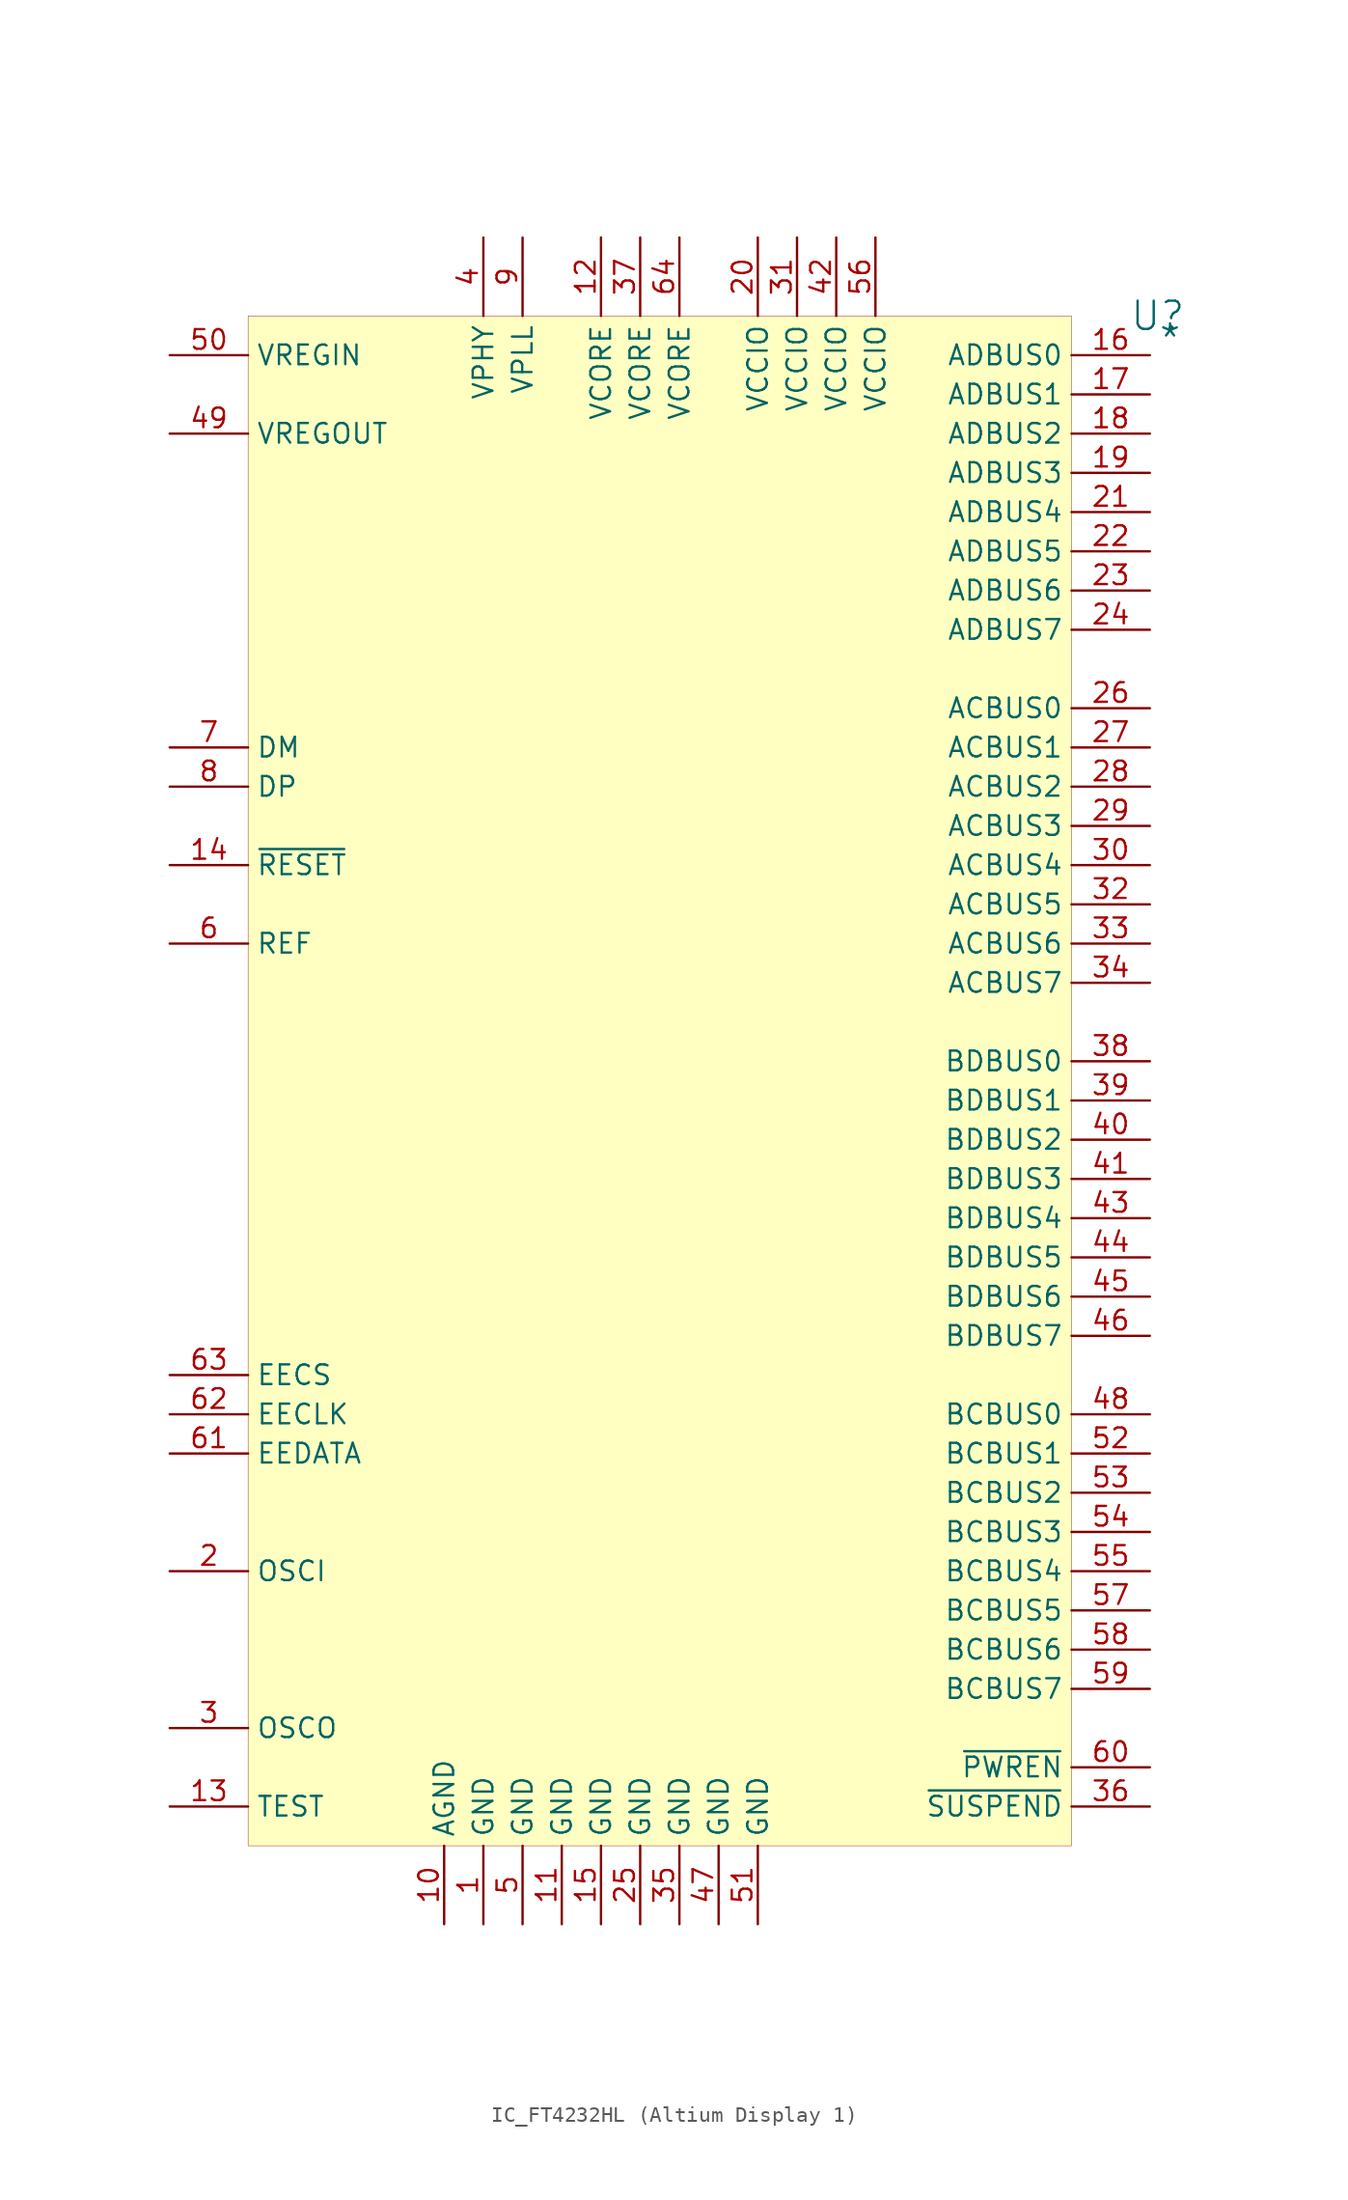
<source format=kicad_sym>
(kicad_symbol_lib
  (version 20241209)
  (generator "kicad_symbol_editor")
  (generator_version "9.0")
  (symbol "IC_FT4232HL (Altium Display 1)"
    (property "Reference" "U"
      (at 58.928 0 0)
      (effects (font (size 1.829 1.829))))
    (property "Value" "*"
      (at 58.928 -2.54 0)
      (effects (font (size 1.829 1.829)) (justify left bottom)))
    (symbol "IC_FT4232HL (Altium Display 1)_1_0"
      (rectangle (start 53.34 0) (end 0 -99.06) (stroke (width 0.025) (type solid) (color 128 0 0 1)) (fill (type background)))
      (pin passive line (at -5.08 -2.54 0) (length 5.08) (name "VREGIN" (effects (font (size 1.27 1.27)))) (number "50" (effects (font (size 1.27 1.27)))))
      (pin passive line (at -5.08 -7.62 0) (length 5.08) (name "VREGOUT" (effects (font (size 1.27 1.27)))) (number "49" (effects (font (size 1.27 1.27)))))
      (pin passive line (at -5.08 -27.94 0) (length 5.08) (name "DM" (effects (font (size 1.27 1.27)))) (number "7" (effects (font (size 1.27 1.27)))))
      (pin passive line (at -5.08 -30.48 0) (length 5.08) (name "DP" (effects (font (size 1.27 1.27)))) (number "8" (effects (font (size 1.27 1.27)))))
      (pin passive line (at -5.08 -35.56 0) (length 5.08) (name "~{RESET}" (effects (font (size 1.27 1.27)))) (number "14" (effects (font (size 1.27 1.27)))))
      (pin passive line (at -5.08 -40.64 0) (length 5.08) (name "REF" (effects (font (size 1.27 1.27)))) (number "6" (effects (font (size 1.27 1.27)))))
      (pin passive line (at -5.08 -68.58 0) (length 5.08) (name "EECS" (effects (font (size 1.27 1.27)))) (number "63" (effects (font (size 1.27 1.27)))))
      (pin passive line (at -5.08 -71.12 0) (length 5.08) (name "EECLK" (effects (font (size 1.27 1.27)))) (number "62" (effects (font (size 1.27 1.27)))))
      (pin passive line (at -5.08 -73.66 0) (length 5.08) (name "EEDATA" (effects (font (size 1.27 1.27)))) (number "61" (effects (font (size 1.27 1.27)))))
      (pin passive line (at -5.08 -81.28 0) (length 5.08) (name "OSCI" (effects (font (size 1.27 1.27)))) (number "2" (effects (font (size 1.27 1.27)))))
      (pin passive line (at -5.08 -91.44 0) (length 5.08) (name "OSCO" (effects (font (size 1.27 1.27)))) (number "3" (effects (font (size 1.27 1.27)))))
      (pin passive line (at -5.08 -96.52 0) (length 5.08) (name "TEST" (effects (font (size 1.27 1.27)))) (number "13" (effects (font (size 1.27 1.27)))))
      (pin passive line (at 12.7 -104.14 90) (length 5.08) (name "AGND" (effects (font (size 1.27 1.27)))) (number "10" (effects (font (size 1.27 1.27)))))
      (pin passive line (at 15.24 5.08 270) (length 5.08) (name "VPHY" (effects (font (size 1.27 1.27)))) (number "4" (effects (font (size 1.27 1.27)))))
      (pin passive line (at 15.24 -104.14 90) (length 5.08) (name "GND" (effects (font (size 1.27 1.27)))) (number "1" (effects (font (size 1.27 1.27)))))
      (pin passive line (at 17.78 5.08 270) (length 5.08) (name "VPLL" (effects (font (size 1.27 1.27)))) (number "9" (effects (font (size 1.27 1.27)))))
      (pin passive line (at 17.78 -104.14 90) (length 5.08) (name "GND" (effects (font (size 1.27 1.27)))) (number "5" (effects (font (size 1.27 1.27)))))
      (pin passive line (at 20.32 -104.14 90) (length 5.08) (name "GND" (effects (font (size 1.27 1.27)))) (number "11" (effects (font (size 1.27 1.27)))))
      (pin passive line (at 22.86 5.08 270) (length 5.08) (name "VCORE" (effects (font (size 1.27 1.27)))) (number "12" (effects (font (size 1.27 1.27)))))
      (pin passive line (at 22.86 -104.14 90) (length 5.08) (name "GND" (effects (font (size 1.27 1.27)))) (number "15" (effects (font (size 1.27 1.27)))))
      (pin passive line (at 25.4 5.08 270) (length 5.08) (name "VCORE" (effects (font (size 1.27 1.27)))) (number "37" (effects (font (size 1.27 1.27)))))
      (pin passive line (at 25.4 -104.14 90) (length 5.08) (name "GND" (effects (font (size 1.27 1.27)))) (number "25" (effects (font (size 1.27 1.27)))))
      (pin passive line (at 27.94 5.08 270) (length 5.08) (name "VCORE" (effects (font (size 1.27 1.27)))) (number "64" (effects (font (size 1.27 1.27)))))
      (pin passive line (at 27.94 -104.14 90) (length 5.08) (name "GND" (effects (font (size 1.27 1.27)))) (number "35" (effects (font (size 1.27 1.27)))))
      (pin passive line (at 30.48 -104.14 90) (length 5.08) (name "GND" (effects (font (size 1.27 1.27)))) (number "47" (effects (font (size 1.27 1.27)))))
      (pin passive line (at 33.02 5.08 270) (length 5.08) (name "VCCIO" (effects (font (size 1.27 1.27)))) (number "20" (effects (font (size 1.27 1.27)))))
      (pin passive line (at 33.02 -104.14 90) (length 5.08) (name "GND" (effects (font (size 1.27 1.27)))) (number "51" (effects (font (size 1.27 1.27)))))
      (pin passive line (at 35.56 5.08 270) (length 5.08) (name "VCCIO" (effects (font (size 1.27 1.27)))) (number "31" (effects (font (size 1.27 1.27)))))
      (pin passive line (at 38.1 5.08 270) (length 5.08) (name "VCCIO" (effects (font (size 1.27 1.27)))) (number "42" (effects (font (size 1.27 1.27)))))
      (pin passive line (at 40.64 5.08 270) (length 5.08) (name "VCCIO" (effects (font (size 1.27 1.27)))) (number "56" (effects (font (size 1.27 1.27)))))
      (pin passive line (at 58.42 -2.54 180) (length 5.08) (name "ADBUS0" (effects (font (size 1.27 1.27)))) (number "16" (effects (font (size 1.27 1.27)))))
      (pin passive line (at 58.42 -5.08 180) (length 5.08) (name "ADBUS1" (effects (font (size 1.27 1.27)))) (number "17" (effects (font (size 1.27 1.27)))))
      (pin passive line (at 58.42 -7.62 180) (length 5.08) (name "ADBUS2" (effects (font (size 1.27 1.27)))) (number "18" (effects (font (size 1.27 1.27)))))
      (pin passive line (at 58.42 -10.16 180) (length 5.08) (name "ADBUS3" (effects (font (size 1.27 1.27)))) (number "19" (effects (font (size 1.27 1.27)))))
      (pin passive line (at 58.42 -12.7 180) (length 5.08) (name "ADBUS4" (effects (font (size 1.27 1.27)))) (number "21" (effects (font (size 1.27 1.27)))))
      (pin passive line (at 58.42 -15.24 180) (length 5.08) (name "ADBUS5" (effects (font (size 1.27 1.27)))) (number "22" (effects (font (size 1.27 1.27)))))
      (pin passive line (at 58.42 -17.78 180) (length 5.08) (name "ADBUS6" (effects (font (size 1.27 1.27)))) (number "23" (effects (font (size 1.27 1.27)))))
      (pin passive line (at 58.42 -20.32 180) (length 5.08) (name "ADBUS7" (effects (font (size 1.27 1.27)))) (number "24" (effects (font (size 1.27 1.27)))))
      (pin passive line (at 58.42 -25.4 180) (length 5.08) (name "ACBUS0" (effects (font (size 1.27 1.27)))) (number "26" (effects (font (size 1.27 1.27)))))
      (pin passive line (at 58.42 -27.94 180) (length 5.08) (name "ACBUS1" (effects (font (size 1.27 1.27)))) (number "27" (effects (font (size 1.27 1.27)))))
      (pin passive line (at 58.42 -30.48 180) (length 5.08) (name "ACBUS2" (effects (font (size 1.27 1.27)))) (number "28" (effects (font (size 1.27 1.27)))))
      (pin passive line (at 58.42 -33.02 180) (length 5.08) (name "ACBUS3" (effects (font (size 1.27 1.27)))) (number "29" (effects (font (size 1.27 1.27)))))
      (pin passive line (at 58.42 -35.56 180) (length 5.08) (name "ACBUS4" (effects (font (size 1.27 1.27)))) (number "30" (effects (font (size 1.27 1.27)))))
      (pin passive line (at 58.42 -38.1 180) (length 5.08) (name "ACBUS5" (effects (font (size 1.27 1.27)))) (number "32" (effects (font (size 1.27 1.27)))))
      (pin passive line (at 58.42 -40.64 180) (length 5.08) (name "ACBUS6" (effects (font (size 1.27 1.27)))) (number "33" (effects (font (size 1.27 1.27)))))
      (pin passive line (at 58.42 -43.18 180) (length 5.08) (name "ACBUS7" (effects (font (size 1.27 1.27)))) (number "34" (effects (font (size 1.27 1.27)))))
      (pin passive line (at 58.42 -48.26 180) (length 5.08) (name "BDBUS0" (effects (font (size 1.27 1.27)))) (number "38" (effects (font (size 1.27 1.27)))))
      (pin passive line (at 58.42 -50.8 180) (length 5.08) (name "BDBUS1" (effects (font (size 1.27 1.27)))) (number "39" (effects (font (size 1.27 1.27)))))
      (pin passive line (at 58.42 -53.34 180) (length 5.08) (name "BDBUS2" (effects (font (size 1.27 1.27)))) (number "40" (effects (font (size 1.27 1.27)))))
      (pin passive line (at 58.42 -55.88 180) (length 5.08) (name "BDBUS3" (effects (font (size 1.27 1.27)))) (number "41" (effects (font (size 1.27 1.27)))))
      (pin passive line (at 58.42 -58.42 180) (length 5.08) (name "BDBUS4" (effects (font (size 1.27 1.27)))) (number "43" (effects (font (size 1.27 1.27)))))
      (pin passive line (at 58.42 -60.96 180) (length 5.08) (name "BDBUS5" (effects (font (size 1.27 1.27)))) (number "44" (effects (font (size 1.27 1.27)))))
      (pin passive line (at 58.42 -63.5 180) (length 5.08) (name "BDBUS6" (effects (font (size 1.27 1.27)))) (number "45" (effects (font (size 1.27 1.27)))))
      (pin passive line (at 58.42 -66.04 180) (length 5.08) (name "BDBUS7" (effects (font (size 1.27 1.27)))) (number "46" (effects (font (size 1.27 1.27)))))
      (pin passive line (at 58.42 -71.12 180) (length 5.08) (name "BCBUS0" (effects (font (size 1.27 1.27)))) (number "48" (effects (font (size 1.27 1.27)))))
      (pin passive line (at 58.42 -73.66 180) (length 5.08) (name "BCBUS1" (effects (font (size 1.27 1.27)))) (number "52" (effects (font (size 1.27 1.27)))))
      (pin passive line (at 58.42 -76.2 180) (length 5.08) (name "BCBUS2" (effects (font (size 1.27 1.27)))) (number "53" (effects (font (size 1.27 1.27)))))
      (pin passive line (at 58.42 -78.74 180) (length 5.08) (name "BCBUS3" (effects (font (size 1.27 1.27)))) (number "54" (effects (font (size 1.27 1.27)))))
      (pin passive line (at 58.42 -81.28 180) (length 5.08) (name "BCBUS4" (effects (font (size 1.27 1.27)))) (number "55" (effects (font (size 1.27 1.27)))))
      (pin passive line (at 58.42 -83.82 180) (length 5.08) (name "BCBUS5" (effects (font (size 1.27 1.27)))) (number "57" (effects (font (size 1.27 1.27)))))
      (pin passive line (at 58.42 -86.36 180) (length 5.08) (name "BCBUS6" (effects (font (size 1.27 1.27)))) (number "58" (effects (font (size 1.27 1.27)))))
      (pin passive line (at 58.42 -88.9 180) (length 5.08) (name "BCBUS7" (effects (font (size 1.27 1.27)))) (number "59" (effects (font (size 1.27 1.27)))))
      (pin passive line (at 58.42 -93.98 180) (length 5.08) (name "~{PWREN}" (effects (font (size 1.27 1.27)))) (number "60" (effects (font (size 1.27 1.27)))))
      (pin passive line (at 58.42 -96.52 180) (length 5.08) (name "~{SUSPEND}" (effects (font (size 1.27 1.27)))) (number "36" (effects (font (size 1.27 1.27))))))))
</source>
